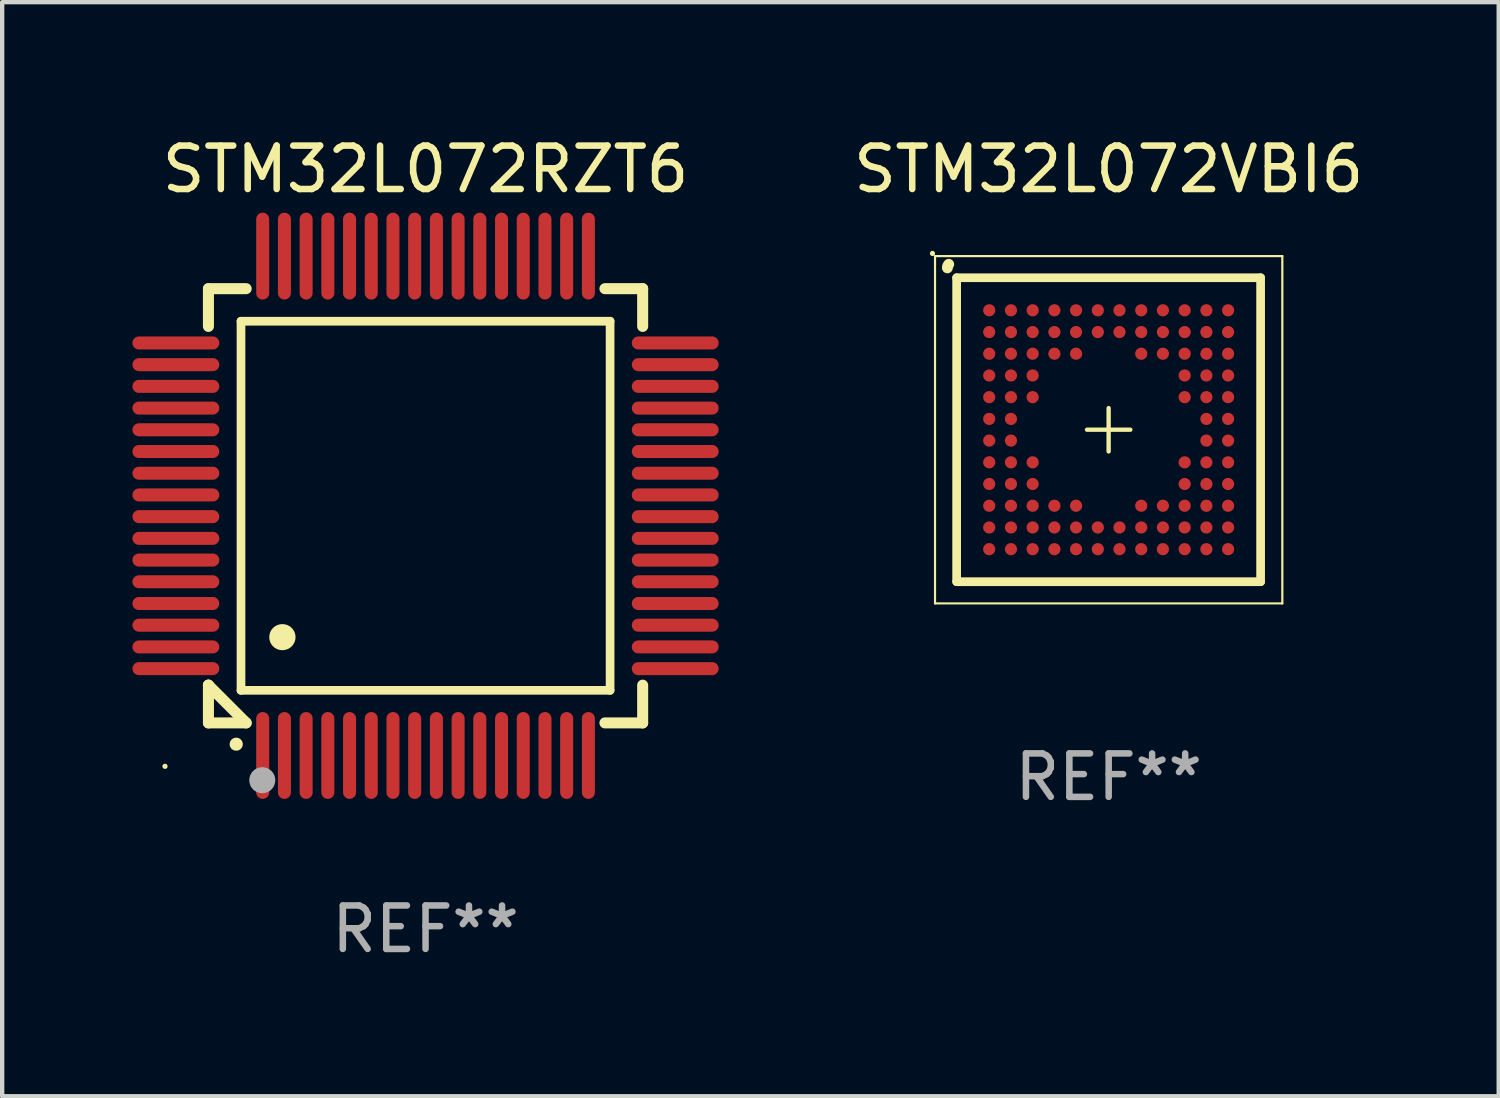
<source format=kicad_pcb>
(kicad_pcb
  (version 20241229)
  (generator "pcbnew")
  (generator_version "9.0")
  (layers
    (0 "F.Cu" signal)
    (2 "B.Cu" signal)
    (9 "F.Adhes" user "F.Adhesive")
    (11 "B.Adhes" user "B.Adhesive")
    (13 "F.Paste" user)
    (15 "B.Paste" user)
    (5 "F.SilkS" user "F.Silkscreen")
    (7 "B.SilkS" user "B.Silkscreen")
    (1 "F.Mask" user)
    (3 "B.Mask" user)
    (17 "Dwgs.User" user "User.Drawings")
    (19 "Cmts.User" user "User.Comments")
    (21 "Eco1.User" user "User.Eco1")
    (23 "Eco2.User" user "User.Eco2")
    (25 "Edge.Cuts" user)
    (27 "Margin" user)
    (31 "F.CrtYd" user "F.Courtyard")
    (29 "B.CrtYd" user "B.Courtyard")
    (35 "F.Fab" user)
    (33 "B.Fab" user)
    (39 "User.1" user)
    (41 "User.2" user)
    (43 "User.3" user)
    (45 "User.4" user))
  (footprint "STM32L072RZT6"
    (layer "F.Cu")
    (at 6.75 8.598)
    (property "Reference" "STM32L072RZT6" (at 0 -7.75 0) (layer "F.SilkS") (effects (font (size 1 1) (thickness 0.15))))
    (attr through_hole)
    (fp_line (start -5 -5) (end -4.131 -5) (stroke (width 0.254) (type solid)) (layer "F.SilkS"))
    (fp_line (start -5 -4.131) (end -5 -5) (stroke (width 0.254) (type solid)) (layer "F.SilkS"))
    (fp_line (start -5 4.131) (end -5 4.131) (stroke (width 0.254) (type solid)) (layer "F.SilkS"))
    (fp_line (start -5 5) (end -5 4.131) (stroke (width 0.254) (type solid)) (layer "F.SilkS"))
    (fp_line (start -5 4.131) (end -4.131 5) (stroke (width 0.254) (type solid)) (layer "F.SilkS"))
    (fp_line (start -4.25 -4.25) (end -4.25 4.25) (stroke (width 0.2) (type solid)) (layer "F.SilkS"))
    (fp_line (start -4.25 4.25) (end 4.25 4.25) (stroke (width 0.2) (type solid)) (layer "F.SilkS"))
    (fp_line (start -4.131 5) (end -5 5) (stroke (width 0.254) (type solid)) (layer "F.SilkS"))
    (fp_line (start 4.25 -4.25) (end -4.25 -4.25) (stroke (width 0.2) (type solid)) (layer "F.SilkS"))
    (fp_line (start 4.25 4.25) (end 4.25 -4.25) (stroke (width 0.2) (type solid)) (layer "F.SilkS"))
    (fp_line (start 5 -5) (end 4.131 -5) (stroke (width 0.254) (type solid)) (layer "F.SilkS"))
    (fp_line (start 5 -5) (end 5 -4.131) (stroke (width 0.254) (type solid)) (layer "F.SilkS"))
    (fp_line (start 5 4.131) (end 5 5) (stroke (width 0.254) (type solid)) (layer "F.SilkS"))
    (fp_line (start 5 5) (end 4.131 5) (stroke (width 0.254) (type solid)) (layer "F.SilkS"))
    (fp_arc (start -4.361265 5.489992) (mid -4.359995 5.489987) (end -4.358725 5.489992) (stroke (width 0.3) (type solid)) (layer "F.SilkS"))
    (fp_arc (start -3.299467 3.025146) (mid -3.296927 3.025135) (end -3.294387 3.025146) (stroke (width 0.6) (type solid)) (layer "F.SilkS"))
    (fp_circle (center -6 6) (end -5.97 6) (stroke (width 0.06) (type solid)) (fill no) (layer "F.SilkS"))
    (fp_circle (center -3.76 6.32) (end -3.61 6.32) (stroke (width 0.3) (type solid)) (fill no) (layer "F.Fab"))
    (fp_text user "REF**" (at 0 9.75 0) (layer "F.Fab") (effects (font (size 1 1) (thickness 0.15))))
    (pad "1" smd oval (at -3.75 5.75) (size 0.3 2) (layers "F.Cu" "F.Mask" "F.Paste"))
    (pad "2" smd oval (at -3.25 5.75) (size 0.3 2) (layers "F.Cu" "F.Mask" "F.Paste"))
    (pad "3" smd oval (at -2.75 5.75) (size 0.3 2) (layers "F.Cu" "F.Mask" "F.Paste"))
    (pad "4" smd oval (at -2.25 5.75) (size 0.3 2) (layers "F.Cu" "F.Mask" "F.Paste"))
    (pad "5" smd oval (at -1.75 5.75) (size 0.3 2) (layers "F.Cu" "F.Mask" "F.Paste"))
    (pad "6" smd oval (at -1.25 5.75) (size 0.3 2) (layers "F.Cu" "F.Mask" "F.Paste"))
    (pad "7" smd oval (at -0.75 5.75) (size 0.3 2) (layers "F.Cu" "F.Mask" "F.Paste"))
    (pad "8" smd oval (at -0.25 5.75) (size 0.3 2) (layers "F.Cu" "F.Mask" "F.Paste"))
    (pad "9" smd oval (at 0.25 5.75) (size 0.3 2) (layers "F.Cu" "F.Mask" "F.Paste"))
    (pad "10" smd oval (at 0.75 5.75) (size 0.3 2) (layers "F.Cu" "F.Mask" "F.Paste"))
    (pad "11" smd oval (at 1.25 5.75) (size 0.3 2) (layers "F.Cu" "F.Mask" "F.Paste"))
    (pad "12" smd oval (at 1.75 5.75) (size 0.3 2) (layers "F.Cu" "F.Mask" "F.Paste"))
    (pad "13" smd oval (at 2.25 5.75) (size 0.3 2) (layers "F.Cu" "F.Mask" "F.Paste"))
    (pad "14" smd oval (at 2.75 5.75) (size 0.3 2) (layers "F.Cu" "F.Mask" "F.Paste"))
    (pad "15" smd oval (at 3.25 5.75) (size 0.3 2) (layers "F.Cu" "F.Mask" "F.Paste"))
    (pad "16" smd oval (at 3.75 5.75) (size 0.3 2) (layers "F.Cu" "F.Mask" "F.Paste"))
    (pad "17" smd oval (at 5.75 3.75) (size 2 0.3) (layers "F.Cu" "F.Mask" "F.Paste"))
    (pad "18" smd oval (at 5.75 3.25) (size 2 0.3) (layers "F.Cu" "F.Mask" "F.Paste"))
    (pad "19" smd oval (at 5.75 2.75) (size 2 0.3) (layers "F.Cu" "F.Mask" "F.Paste"))
    (pad "20" smd oval (at 5.75 2.25) (size 2 0.3) (layers "F.Cu" "F.Mask" "F.Paste"))
    (pad "21" smd oval (at 5.75 1.75) (size 2 0.3) (layers "F.Cu" "F.Mask" "F.Paste"))
    (pad "22" smd oval (at 5.75 1.25) (size 2 0.3) (layers "F.Cu" "F.Mask" "F.Paste"))
    (pad "23" smd oval (at 5.75 0.75) (size 2 0.3) (layers "F.Cu" "F.Mask" "F.Paste"))
    (pad "24" smd oval (at 5.75 0.25) (size 2 0.3) (layers "F.Cu" "F.Mask" "F.Paste"))
    (pad "25" smd oval (at 5.75 -0.25) (size 2 0.3) (layers "F.Cu" "F.Mask" "F.Paste"))
    (pad "26" smd oval (at 5.75 -0.75) (size 2 0.3) (layers "F.Cu" "F.Mask" "F.Paste"))
    (pad "27" smd oval (at 5.75 -1.25) (size 2 0.3) (layers "F.Cu" "F.Mask" "F.Paste"))
    (pad "28" smd oval (at 5.75 -1.75) (size 2 0.3) (layers "F.Cu" "F.Mask" "F.Paste"))
    (pad "29" smd oval (at 5.75 -2.25) (size 2 0.3) (layers "F.Cu" "F.Mask" "F.Paste"))
    (pad "30" smd oval (at 5.75 -2.75) (size 2 0.3) (layers "F.Cu" "F.Mask" "F.Paste"))
    (pad "31" smd oval (at 5.75 -3.25) (size 2 0.3) (layers "F.Cu" "F.Mask" "F.Paste"))
    (pad "32" smd oval (at 5.75 -3.75) (size 2 0.3) (layers "F.Cu" "F.Mask" "F.Paste"))
    (pad "33" smd oval (at 3.75 -5.75) (size 0.3 2) (layers "F.Cu" "F.Mask" "F.Paste"))
    (pad "34" smd oval (at 3.25 -5.75) (size 0.3 2) (layers "F.Cu" "F.Mask" "F.Paste"))
    (pad "35" smd oval (at 2.75 -5.75) (size 0.3 2) (layers "F.Cu" "F.Mask" "F.Paste"))
    (pad "36" smd oval (at 2.25 -5.75) (size 0.3 2) (layers "F.Cu" "F.Mask" "F.Paste"))
    (pad "37" smd oval (at 1.75 -5.75) (size 0.3 2) (layers "F.Cu" "F.Mask" "F.Paste"))
    (pad "38" smd oval (at 1.25 -5.75) (size 0.3 2) (layers "F.Cu" "F.Mask" "F.Paste"))
    (pad "39" smd oval (at 0.75 -5.75) (size 0.3 2) (layers "F.Cu" "F.Mask" "F.Paste"))
    (pad "40" smd oval (at 0.25 -5.75) (size 0.3 2) (layers "F.Cu" "F.Mask" "F.Paste"))
    (pad "41" smd oval (at -0.25 -5.75) (size 0.3 2) (layers "F.Cu" "F.Mask" "F.Paste"))
    (pad "42" smd oval (at -0.75 -5.75) (size 0.3 2) (layers "F.Cu" "F.Mask" "F.Paste"))
    (pad "43" smd oval (at -1.25 -5.75) (size 0.3 2) (layers "F.Cu" "F.Mask" "F.Paste"))
    (pad "44" smd oval (at -1.75 -5.75) (size 0.3 2) (layers "F.Cu" "F.Mask" "F.Paste"))
    (pad "45" smd oval (at -2.25 -5.75) (size 0.3 2) (layers "F.Cu" "F.Mask" "F.Paste"))
    (pad "46" smd oval (at -2.75 -5.75) (size 0.3 2) (layers "F.Cu" "F.Mask" "F.Paste"))
    (pad "47" smd oval (at -3.25 -5.75) (size 0.3 2) (layers "F.Cu" "F.Mask" "F.Paste"))
    (pad "48" smd oval (at -3.75 -5.75) (size 0.3 2) (layers "F.Cu" "F.Mask" "F.Paste"))
    (pad "49" smd oval (at -5.75 -3.75) (size 2 0.3) (layers "F.Cu" "F.Mask" "F.Paste"))
    (pad "50" smd oval (at -5.75 -3.25) (size 2 0.3) (layers "F.Cu" "F.Mask" "F.Paste"))
    (pad "51" smd oval (at -5.75 -2.75) (size 2 0.3) (layers "F.Cu" "F.Mask" "F.Paste"))
    (pad "52" smd oval (at -5.75 -2.25) (size 2 0.3) (layers "F.Cu" "F.Mask" "F.Paste"))
    (pad "53" smd oval (at -5.75 -1.75) (size 2 0.3) (layers "F.Cu" "F.Mask" "F.Paste"))
    (pad "54" smd oval (at -5.75 -1.25) (size 2 0.3) (layers "F.Cu" "F.Mask" "F.Paste"))
    (pad "55" smd oval (at -5.75 -0.75) (size 2 0.3) (layers "F.Cu" "F.Mask" "F.Paste"))
    (pad "56" smd oval (at -5.75 -0.25) (size 2 0.3) (layers "F.Cu" "F.Mask" "F.Paste"))
    (pad "57" smd oval (at -5.75 0.25) (size 2 0.3) (layers "F.Cu" "F.Mask" "F.Paste"))
    (pad "58" smd oval (at -5.75 0.75) (size 2 0.3) (layers "F.Cu" "F.Mask" "F.Paste"))
    (pad "59" smd oval (at -5.75 1.25) (size 2 0.3) (layers "F.Cu" "F.Mask" "F.Paste"))
    (pad "60" smd oval (at -5.75 1.75) (size 2 0.3) (layers "F.Cu" "F.Mask" "F.Paste"))
    (pad "61" smd oval (at -5.75 2.25) (size 2 0.3) (layers "F.Cu" "F.Mask" "F.Paste"))
    (pad "62" smd oval (at -5.75 2.75) (size 2 0.3) (layers "F.Cu" "F.Mask" "F.Paste"))
    (pad "63" smd oval (at -5.75 3.25) (size 2 0.3) (layers "F.Cu" "F.Mask" "F.Paste"))
    (pad "64" smd oval (at -5.75 3.75) (size 2 0.3) (layers "F.Cu" "F.Mask" "F.Paste")))
  (footprint "STM32L072VBI6"
    (layer "F.Cu")
    (at 22.482 6.847)
    (property "Reference" "STM32L072VBI6" (at 0 -5.999 0) (layer "F.SilkS") (effects (font (size 1 1) (thickness 0.15))))
    (attr through_hole)
    (fp_line (start -3.999 -3.999) (end -3.999 3.999) (stroke (width 0.05) (type solid)) (layer "F.SilkS"))
    (fp_line (start -3.999 3.999) (end 3.999 3.999) (stroke (width 0.05) (type solid)) (layer "F.SilkS"))
    (fp_line (start -3.501 -3.501) (end -3.501 3.499) (stroke (width 0.1) (type solid)) (layer "F.SilkS"))
    (fp_line (start -3.501 -3.501) (end -3.501 3.499) (stroke (width 0.2) (type solid)) (layer "F.SilkS"))
    (fp_line (start -3.501 3.499) (end 3.499 3.499) (stroke (width 0.1) (type solid)) (layer "F.SilkS"))
    (fp_line (start -3.501 3.499) (end 3.499 3.499) (stroke (width 0.2) (type solid)) (layer "F.SilkS"))
    (fp_line (start -0.499 -0.001) (end 0.499 -0.001) (stroke (width 0.1) (type solid)) (layer "F.SilkS"))
    (fp_line (start -0.001 0.499) (end -0.001 -0.499) (stroke (width 0.1) (type solid)) (layer "F.SilkS"))
    (fp_line (start 3.499 -3.501) (end -3.501 -3.501) (stroke (width 0.1) (type solid)) (layer "F.SilkS"))
    (fp_line (start 3.499 -3.501) (end -3.501 -3.501) (stroke (width 0.2) (type solid)) (layer "F.SilkS"))
    (fp_line (start 3.499 3.499) (end 3.499 -3.501) (stroke (width 0.1) (type solid)) (layer "F.SilkS"))
    (fp_line (start 3.499 3.499) (end 3.499 -3.501) (stroke (width 0.2) (type solid)) (layer "F.SilkS"))
    (fp_line (start 3.999 -3.999) (end -3.999 -3.999) (stroke (width 0.05) (type solid)) (layer "F.SilkS"))
    (fp_line (start 3.999 3.999) (end 3.999 -3.999) (stroke (width 0.05) (type solid)) (layer "F.SilkS"))
    (fp_arc (start -3.714224 -3.728448) (mid -3.706284 -3.772251) (end -3.68349 -3.81049) (stroke (width 0.249936) (type solid)) (layer "F.SilkS"))
    (fp_circle (center -4.058 -4.06) (end -4.028 -4.06) (stroke (width 0.06) (type solid)) (fill no) (layer "F.SilkS"))
    (fp_text user "REF**" (at 0 7.999 0) (layer "F.Fab") (effects (font (size 1 1) (thickness 0.15))))
    (pad "A1" smd circle (at -2.751 -2.751) (size 0.28 0.28) (layers "F.Cu" "F.Mask" "F.Paste"))
    (pad "A2" smd circle (at -2.25 -2.751) (size 0.28 0.28) (layers "F.Cu" "F.Mask" "F.Paste"))
    (pad "A3" smd circle (at -1.751 -2.751) (size 0.28 0.28) (layers "F.Cu" "F.Mask" "F.Paste"))
    (pad "A4" smd circle (at -1.25 -2.751) (size 0.28 0.28) (layers "F.Cu" "F.Mask" "F.Paste"))
    (pad "A5" smd circle (at -0.751 -2.751) (size 0.28 0.28) (layers "F.Cu" "F.Mask" "F.Paste"))
    (pad "A6" smd circle (at -0.25 -2.751) (size 0.28 0.28) (layers "F.Cu" "F.Mask" "F.Paste"))
    (pad "A7" smd circle (at 0.249 -2.751) (size 0.28 0.28) (layers "F.Cu" "F.Mask" "F.Paste"))
    (pad "A8" smd circle (at 0.75 -2.751) (size 0.28 0.28) (layers "F.Cu" "F.Mask" "F.Paste"))
    (pad "A9" smd circle (at 1.249 -2.751) (size 0.28 0.28) (layers "F.Cu" "F.Mask" "F.Paste"))
    (pad "A10" smd circle (at 1.75 -2.751) (size 0.28 0.28) (layers "F.Cu" "F.Mask" "F.Paste"))
    (pad "A11" smd circle (at 2.25 -2.751) (size 0.28 0.28) (layers "F.Cu" "F.Mask" "F.Paste"))
    (pad "A12" smd circle (at 2.75 -2.751) (size 0.28 0.28) (layers "F.Cu" "F.Mask" "F.Paste"))
    (pad "B1" smd circle (at -2.751 -2.25) (size 0.28 0.28) (layers "F.Cu" "F.Mask" "F.Paste"))
    (pad "B2" smd circle (at -2.25 -2.25) (size 0.28 0.28) (layers "F.Cu" "F.Mask" "F.Paste"))
    (pad "B3" smd circle (at -1.751 -2.25) (size 0.28 0.28) (layers "F.Cu" "F.Mask" "F.Paste"))
    (pad "B4" smd circle (at -1.25 -2.25) (size 0.28 0.28) (layers "F.Cu" "F.Mask" "F.Paste"))
    (pad "B5" smd circle (at -0.751 -2.25) (size 0.28 0.28) (layers "F.Cu" "F.Mask" "F.Paste"))
    (pad "B6" smd circle (at -0.25 -2.25) (size 0.28 0.28) (layers "F.Cu" "F.Mask" "F.Paste"))
    (pad "B7" smd circle (at 0.249 -2.25) (size 0.28 0.28) (layers "F.Cu" "F.Mask" "F.Paste"))
    (pad "B8" smd circle (at 0.75 -2.25) (size 0.28 0.28) (layers "F.Cu" "F.Mask" "F.Paste"))
    (pad "B9" smd circle (at 1.249 -2.25) (size 0.28 0.28) (layers "F.Cu" "F.Mask" "F.Paste"))
    (pad "B10" smd circle (at 1.75 -2.25) (size 0.28 0.28) (layers "F.Cu" "F.Mask" "F.Paste"))
    (pad "B11" smd circle (at 2.25 -2.25) (size 0.28 0.28) (layers "F.Cu" "F.Mask" "F.Paste"))
    (pad "B12" smd circle (at 2.75 -2.25) (size 0.28 0.28) (layers "F.Cu" "F.Mask" "F.Paste"))
    (pad "C1" smd circle (at -2.751 -1.751) (size 0.28 0.28) (layers "F.Cu" "F.Mask" "F.Paste"))
    (pad "C2" smd circle (at -2.25 -1.751) (size 0.28 0.28) (layers "F.Cu" "F.Mask" "F.Paste"))
    (pad "C3" smd circle (at -1.751 -1.751) (size 0.28 0.28) (layers "F.Cu" "F.Mask" "F.Paste"))
    (pad "C4" smd circle (at -1.25 -1.751) (size 0.28 0.28) (layers "F.Cu" "F.Mask" "F.Paste"))
    (pad "C5" smd circle (at -0.751 -1.751) (size 0.28 0.28) (layers "F.Cu" "F.Mask" "F.Paste"))
    (pad "C8" smd circle (at 0.75 -1.751) (size 0.28 0.28) (layers "F.Cu" "F.Mask" "F.Paste"))
    (pad "C9" smd circle (at 1.249 -1.751) (size 0.28 0.28) (layers "F.Cu" "F.Mask" "F.Paste"))
    (pad "C10" smd circle (at 1.75 -1.751) (size 0.28 0.28) (layers "F.Cu" "F.Mask" "F.Paste"))
    (pad "C11" smd circle (at 2.25 -1.751) (size 0.28 0.28) (layers "F.Cu" "F.Mask" "F.Paste"))
    (pad "C12" smd circle (at 2.75 -1.751) (size 0.28 0.28) (layers "F.Cu" "F.Mask" "F.Paste"))
    (pad "D1" smd circle (at -2.751 -1.25) (size 0.28 0.28) (layers "F.Cu" "F.Mask" "F.Paste"))
    (pad "D2" smd circle (at -2.25 -1.25) (size 0.28 0.28) (layers "F.Cu" "F.Mask" "F.Paste"))
    (pad "D3" smd circle (at -1.751 -1.25) (size 0.28 0.28) (layers "F.Cu" "F.Mask" "F.Paste"))
    (pad "D10" smd circle (at 1.75 -1.25) (size 0.28 0.28) (layers "F.Cu" "F.Mask" "F.Paste"))
    (pad "D11" smd circle (at 2.25 -1.25) (size 0.28 0.28) (layers "F.Cu" "F.Mask" "F.Paste"))
    (pad "D12" smd circle (at 2.75 -1.25) (size 0.28 0.28) (layers "F.Cu" "F.Mask" "F.Paste"))
    (pad "E1" smd circle (at -2.751 -0.751) (size 0.28 0.28) (layers "F.Cu" "F.Mask" "F.Paste"))
    (pad "E2" smd circle (at -2.25 -0.751) (size 0.28 0.28) (layers "F.Cu" "F.Mask" "F.Paste"))
    (pad "E3" smd circle (at -1.751 -0.751) (size 0.28 0.28) (layers "F.Cu" "F.Mask" "F.Paste"))
    (pad "E10" smd circle (at 1.75 -0.751) (size 0.28 0.28) (layers "F.Cu" "F.Mask" "F.Paste"))
    (pad "E11" smd circle (at 2.25 -0.751) (size 0.28 0.28) (layers "F.Cu" "F.Mask" "F.Paste"))
    (pad "E12" smd circle (at 2.75 -0.751) (size 0.28 0.28) (layers "F.Cu" "F.Mask" "F.Paste"))
    (pad "F1" smd circle (at -2.751 -0.25) (size 0.28 0.28) (layers "F.Cu" "F.Mask" "F.Paste"))
    (pad "F2" smd circle (at -2.25 -0.25) (size 0.28 0.28) (layers "F.Cu" "F.Mask" "F.Paste"))
    (pad "F11" smd circle (at 2.25 -0.25) (size 0.28 0.28) (layers "F.Cu" "F.Mask" "F.Paste"))
    (pad "F12" smd circle (at 2.75 -0.25) (size 0.28 0.28) (layers "F.Cu" "F.Mask" "F.Paste"))
    (pad "G1" smd circle (at -2.751 0.249) (size 0.28 0.28) (layers "F.Cu" "F.Mask" "F.Paste"))
    (pad "G2" smd circle (at -2.25 0.249) (size 0.28 0.28) (layers "F.Cu" "F.Mask" "F.Paste"))
    (pad "G11" smd circle (at 2.25 0.249) (size 0.28 0.28) (layers "F.Cu" "F.Mask" "F.Paste"))
    (pad "G12" smd circle (at 2.75 0.249) (size 0.28 0.28) (layers "F.Cu" "F.Mask" "F.Paste"))
    (pad "H1" smd circle (at -2.751 0.75) (size 0.28 0.28) (layers "F.Cu" "F.Mask" "F.Paste"))
    (pad "H2" smd circle (at -2.25 0.75) (size 0.28 0.28) (layers "F.Cu" "F.Mask" "F.Paste"))
    (pad "H3" smd circle (at -1.751 0.75) (size 0.28 0.28) (layers "F.Cu" "F.Mask" "F.Paste"))
    (pad "H10" smd circle (at 1.75 0.75) (size 0.28 0.28) (layers "F.Cu" "F.Mask" "F.Paste"))
    (pad "H11" smd circle (at 2.25 0.75) (size 0.28 0.28) (layers "F.Cu" "F.Mask" "F.Paste"))
    (pad "H12" smd circle (at 2.75 0.75) (size 0.28 0.28) (layers "F.Cu" "F.Mask" "F.Paste"))
    (pad "J1" smd circle (at -2.751 1.249) (size 0.28 0.28) (layers "F.Cu" "F.Mask" "F.Paste"))
    (pad "J2" smd circle (at -2.25 1.249) (size 0.28 0.28) (layers "F.Cu" "F.Mask" "F.Paste"))
    (pad "J3" smd circle (at -1.751 1.249) (size 0.28 0.28) (layers "F.Cu" "F.Mask" "F.Paste"))
    (pad "J10" smd circle (at 1.75 1.249) (size 0.28 0.28) (layers "F.Cu" "F.Mask" "F.Paste"))
    (pad "J11" smd circle (at 2.25 1.249) (size 0.28 0.28) (layers "F.Cu" "F.Mask" "F.Paste"))
    (pad "J12" smd circle (at 2.75 1.249) (size 0.28 0.28) (layers "F.Cu" "F.Mask" "F.Paste"))
    (pad "K1" smd circle (at -2.751 1.75) (size 0.28 0.28) (layers "F.Cu" "F.Mask" "F.Paste"))
    (pad "K2" smd circle (at -2.25 1.75) (size 0.28 0.28) (layers "F.Cu" "F.Mask" "F.Paste"))
    (pad "K3" smd circle (at -1.751 1.75) (size 0.28 0.28) (layers "F.Cu" "F.Mask" "F.Paste"))
    (pad "K4" smd circle (at -1.25 1.75) (size 0.28 0.28) (layers "F.Cu" "F.Mask" "F.Paste"))
    (pad "K5" smd circle (at -0.751 1.75) (size 0.28 0.28) (layers "F.Cu" "F.Mask" "F.Paste"))
    (pad "K8" smd circle (at 0.75 1.75) (size 0.28 0.28) (layers "F.Cu" "F.Mask" "F.Paste"))
    (pad "K9" smd circle (at 1.249 1.75) (size 0.28 0.28) (layers "F.Cu" "F.Mask" "F.Paste"))
    (pad "K10" smd circle (at 1.75 1.75) (size 0.28 0.28) (layers "F.Cu" "F.Mask" "F.Paste"))
    (pad "K11" smd circle (at 2.25 1.75) (size 0.28 0.28) (layers "F.Cu" "F.Mask" "F.Paste"))
    (pad "K12" smd circle (at 2.75 1.75) (size 0.28 0.28) (layers "F.Cu" "F.Mask" "F.Paste"))
    (pad "L1" smd circle (at -2.751 2.25) (size 0.28 0.28) (layers "F.Cu" "F.Mask" "F.Paste"))
    (pad "L2" smd circle (at -2.25 2.25) (size 0.28 0.28) (layers "F.Cu" "F.Mask" "F.Paste"))
    (pad "L3" smd circle (at -1.751 2.25) (size 0.28 0.28) (layers "F.Cu" "F.Mask" "F.Paste"))
    (pad "L4" smd circle (at -1.25 2.25) (size 0.28 0.28) (layers "F.Cu" "F.Mask" "F.Paste"))
    (pad "L5" smd circle (at -0.751 2.25) (size 0.28 0.28) (layers "F.Cu" "F.Mask" "F.Paste"))
    (pad "L6" smd circle (at -0.25 2.25) (size 0.28 0.28) (layers "F.Cu" "F.Mask" "F.Paste"))
    (pad "L7" smd circle (at 0.249 2.25) (size 0.28 0.28) (layers "F.Cu" "F.Mask" "F.Paste"))
    (pad "L8" smd circle (at 0.75 2.25) (size 0.28 0.28) (layers "F.Cu" "F.Mask" "F.Paste"))
    (pad "L9" smd circle (at 1.249 2.25) (size 0.28 0.28) (layers "F.Cu" "F.Mask" "F.Paste"))
    (pad "L10" smd circle (at 1.75 2.25) (size 0.28 0.28) (layers "F.Cu" "F.Mask" "F.Paste"))
    (pad "L11" smd circle (at 2.25 2.25) (size 0.28 0.28) (layers "F.Cu" "F.Mask" "F.Paste"))
    (pad "L12" smd circle (at 2.75 2.25) (size 0.28 0.28) (layers "F.Cu" "F.Mask" "F.Paste"))
    (pad "M1" smd circle (at -2.751 2.75) (size 0.28 0.28) (layers "F.Cu" "F.Mask" "F.Paste"))
    (pad "M2" smd circle (at -2.25 2.75) (size 0.28 0.28) (layers "F.Cu" "F.Mask" "F.Paste"))
    (pad "M3" smd circle (at -1.751 2.75) (size 0.28 0.28) (layers "F.Cu" "F.Mask" "F.Paste"))
    (pad "M4" smd circle (at -1.25 2.75) (size 0.28 0.28) (layers "F.Cu" "F.Mask" "F.Paste"))
    (pad "M5" smd circle (at -0.751 2.75) (size 0.28 0.28) (layers "F.Cu" "F.Mask" "F.Paste"))
    (pad "M6" smd circle (at -0.25 2.75) (size 0.28 0.28) (layers "F.Cu" "F.Mask" "F.Paste"))
    (pad "M7" smd circle (at 0.249 2.75) (size 0.28 0.28) (layers "F.Cu" "F.Mask" "F.Paste"))
    (pad "M8" smd circle (at 0.75 2.75) (size 0.28 0.28) (layers "F.Cu" "F.Mask" "F.Paste"))
    (pad "M9" smd circle (at 1.249 2.75) (size 0.28 0.28) (layers "F.Cu" "F.Mask" "F.Paste"))
    (pad "M10" smd circle (at 1.75 2.75) (size 0.28 0.28) (layers "F.Cu" "F.Mask" "F.Paste"))
    (pad "M11" smd circle (at 2.25 2.75) (size 0.28 0.28) (layers "F.Cu" "F.Mask" "F.Paste"))
    (pad "M12" smd circle (at 2.75 2.75) (size 0.28 0.28) (layers "F.Cu" "F.Mask" "F.Paste")))
  (gr_rect
    (start -3 -3)
    (end 31.464 22.196)
    (stroke (width 0.1) (type default))
    (fill no)
    (layer "Edge.Cuts")))
</source>
